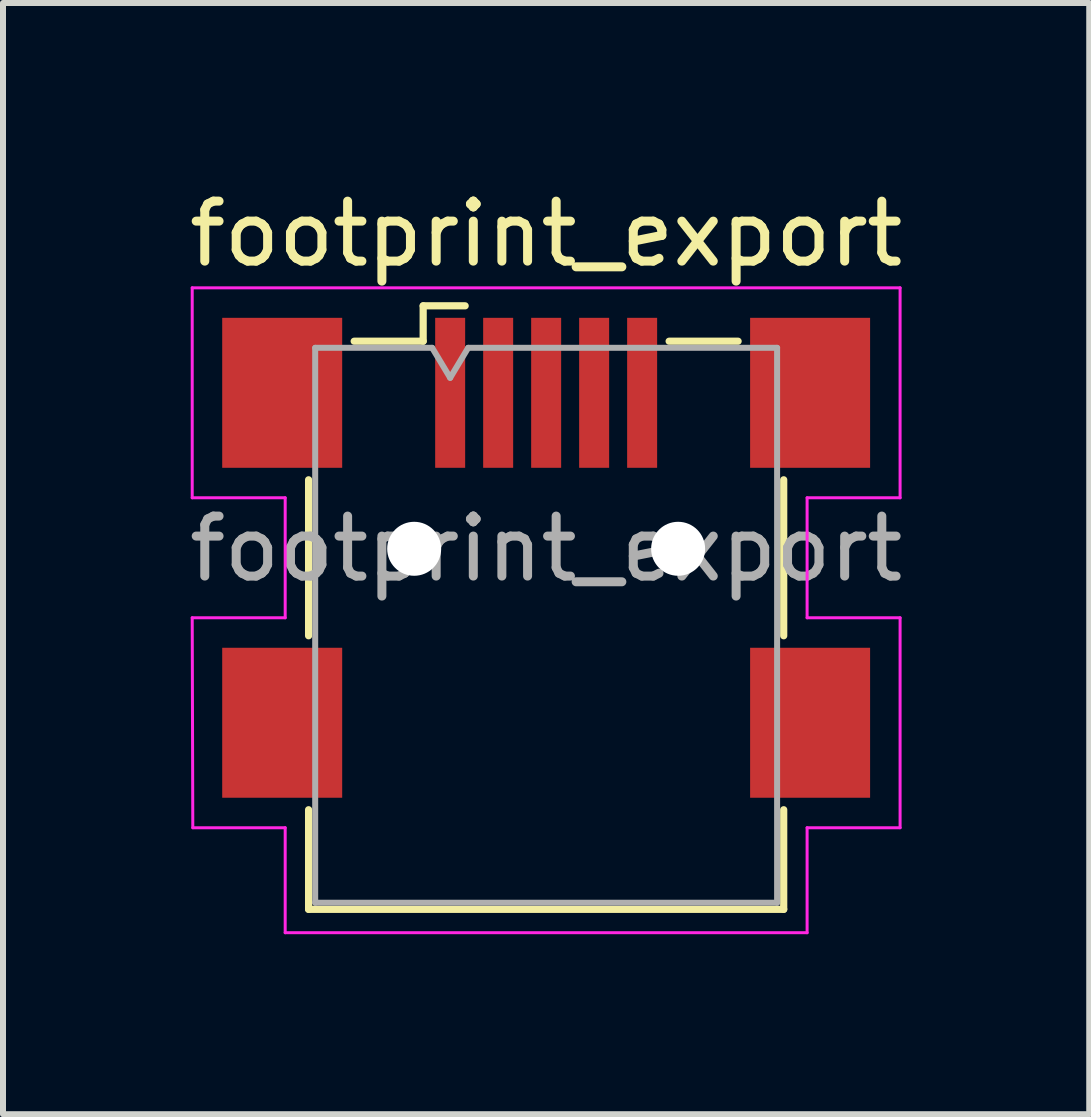
<source format=kicad_pcb>
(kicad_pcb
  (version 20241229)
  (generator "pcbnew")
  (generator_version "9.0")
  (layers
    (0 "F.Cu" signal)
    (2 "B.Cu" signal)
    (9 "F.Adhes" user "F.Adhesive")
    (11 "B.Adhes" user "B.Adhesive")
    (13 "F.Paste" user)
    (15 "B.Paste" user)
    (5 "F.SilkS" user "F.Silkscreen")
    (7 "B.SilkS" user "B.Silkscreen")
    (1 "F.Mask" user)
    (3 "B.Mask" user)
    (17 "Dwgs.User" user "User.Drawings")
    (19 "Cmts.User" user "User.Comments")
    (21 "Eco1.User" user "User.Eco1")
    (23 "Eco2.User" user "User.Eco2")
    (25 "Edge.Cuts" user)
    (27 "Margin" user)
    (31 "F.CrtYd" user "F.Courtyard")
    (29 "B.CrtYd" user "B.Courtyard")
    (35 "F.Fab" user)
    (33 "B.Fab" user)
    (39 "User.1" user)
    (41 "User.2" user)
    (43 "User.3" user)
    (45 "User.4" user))
  (footprint "footprint_export"
    (layer "F.Cu")
    (at 6.054 6.098)
    (property "Reference" "footprint_export" (at 0 -5.25 0) (layer "F.SilkS") (effects (font (size 1 1) (thickness 0.15))))
    (attr smd)
    (fp_line (start -3.96 1.45) (end -3.96 -1.15) (stroke (width 0.12) (type solid)) (layer "F.SilkS"))
    (fp_line (start -3.96 4.35) (end -3.96 6.01) (stroke (width 0.12) (type solid)) (layer "F.SilkS"))
    (fp_line (start -3.96 6.01) (end 3.96 6.01) (stroke (width 0.12) (type solid)) (layer "F.SilkS"))
    (fp_line (start -3.2 -3.46) (end -2.05 -3.46) (stroke (width 0.12) (type solid)) (layer "F.SilkS"))
    (fp_line (start -2.05 -4.05) (end -1.35 -4.05) (stroke (width 0.12) (type solid)) (layer "F.SilkS"))
    (fp_line (start -2.05 -3.46) (end -2.05 -4.05) (stroke (width 0.12) (type solid)) (layer "F.SilkS"))
    (fp_line (start 2.05 -3.46) (end 3.2 -3.46) (stroke (width 0.12) (type solid)) (layer "F.SilkS"))
    (fp_line (start 3.96 -1.15) (end 3.96 1.45) (stroke (width 0.12) (type solid)) (layer "F.SilkS"))
    (fp_line (start 3.96 6.01) (end 3.96 4.35) (stroke (width 0.12) (type solid)) (layer "F.SilkS"))
    (fp_line (start -5.9 -4.35) (end 5.9 -4.35) (stroke (width 0.05) (type solid)) (layer "F.CrtYd"))
    (fp_line (start -5.9 -0.85) (end -5.9 -4.35) (stroke (width 0.05) (type solid)) (layer "F.CrtYd"))
    (fp_line (start -5.9 1.15) (end -4.35 1.15) (stroke (width 0.05) (type solid)) (layer "F.CrtYd"))
    (fp_line (start -5.89 4.65) (end -5.9 1.15) (stroke (width 0.05) (type solid)) (layer "F.CrtYd"))
    (fp_line (start -4.35 -0.85) (end -5.9 -0.85) (stroke (width 0.05) (type solid)) (layer "F.CrtYd"))
    (fp_line (start -4.35 1.15) (end -4.35 -0.85) (stroke (width 0.05) (type solid)) (layer "F.CrtYd"))
    (fp_line (start -4.35 4.65) (end -5.89 4.65) (stroke (width 0.05) (type solid)) (layer "F.CrtYd"))
    (fp_line (start -4.35 6.4) (end -4.35 4.65) (stroke (width 0.05) (type solid)) (layer "F.CrtYd"))
    (fp_line (start 4.35 -0.85) (end 4.35 1.15) (stroke (width 0.05) (type solid)) (layer "F.CrtYd"))
    (fp_line (start 4.35 1.15) (end 5.9 1.15) (stroke (width 0.05) (type solid)) (layer "F.CrtYd"))
    (fp_line (start 4.35 4.65) (end 4.35 6.4) (stroke (width 0.05) (type solid)) (layer "F.CrtYd"))
    (fp_line (start 4.35 6.4) (end -4.35 6.4) (stroke (width 0.05) (type solid)) (layer "F.CrtYd"))
    (fp_line (start 5.9 -4.35) (end 5.9 -0.85) (stroke (width 0.05) (type solid)) (layer "F.CrtYd"))
    (fp_line (start 5.9 -0.85) (end 4.35 -0.85) (stroke (width 0.05) (type solid)) (layer "F.CrtYd"))
    (fp_line (start 5.9 1.15) (end 5.9 4.65) (stroke (width 0.05) (type solid)) (layer "F.CrtYd"))
    (fp_line (start 5.9 4.65) (end 4.35 4.65) (stroke (width 0.05) (type solid)) (layer "F.CrtYd"))
    (fp_line (start -3.85 -3.35) (end -1.9 -3.35) (stroke (width 0.1) (type solid)) (layer "F.Fab"))
    (fp_line (start -3.85 5.9) (end -3.85 -3.35) (stroke (width 0.1) (type solid)) (layer "F.Fab"))
    (fp_line (start -1.9 -3.35) (end -1.6 -2.85) (stroke (width 0.1) (type solid)) (layer "F.Fab"))
    (fp_line (start -1.6 -2.85) (end -1.3 -3.35) (stroke (width 0.1) (type solid)) (layer "F.Fab"))
    (fp_line (start -1.3 -3.35) (end 3.85 -3.35) (stroke (width 0.1) (type solid)) (layer "F.Fab"))
    (fp_line (start 3.85 -3.35) (end 3.85 5.9) (stroke (width 0.1) (type solid)) (layer "F.Fab"))
    (fp_line (start 3.85 5.9) (end -3.85 5.9) (stroke (width 0.1) (type solid)) (layer "F.Fab"))
    (fp_text user "${REFERENCE}" (at 0 0 0) (layer "F.Fab") (effects (font (size 1 1) (thickness 0.15))))
    (pad "" np_thru_hole circle (at -2.2 0) (size 0.9 0.9) (drill 0.9) (layers "*.Cu" "*.Mask"))
    (pad "" np_thru_hole circle (at 2.2 0) (size 0.9 0.9) (drill 0.9) (layers "*.Cu" "*.Mask"))
    (pad "1" smd rect (at -1.6 -2.6) (size 0.5 2.5) (layers "F.Cu" "F.Mask" "F.Paste"))
    (pad "2" smd rect (at -0.8 -2.6) (size 0.5 2.5) (layers "F.Cu" "F.Mask" "F.Paste"))
    (pad "3" smd rect (at 0 -2.6) (size 0.5 2.5) (layers "F.Cu" "F.Mask" "F.Paste"))
    (pad "4" smd rect (at 0.8 -2.6) (size 0.5 2.5) (layers "F.Cu" "F.Mask" "F.Paste"))
    (pad "5" smd rect (at 1.6 -2.6) (size 0.5 2.5) (layers "F.Cu" "F.Mask" "F.Paste"))
    (pad "6" smd rect (at -4.4 -2.6) (size 2 2.5) (layers "F.Cu" "F.Mask" "F.Paste"))
    (pad "6" smd rect (at -4.4 2.9) (size 2 2.5) (layers "F.Cu" "F.Mask" "F.Paste"))
    (pad "6" smd rect (at 4.4 -2.6) (size 2 2.5) (layers "F.Cu" "F.Mask" "F.Paste"))
    (pad "6" smd rect (at 4.4 2.9) (size 2 2.5) (layers "F.Cu" "F.Mask" "F.Paste")))
  (gr_rect
    (start -3 -3)
    (end 15.107 15.523)
    (stroke (width 0.1) (type default))
    (fill no)
    (layer "Edge.Cuts")))
</source>
